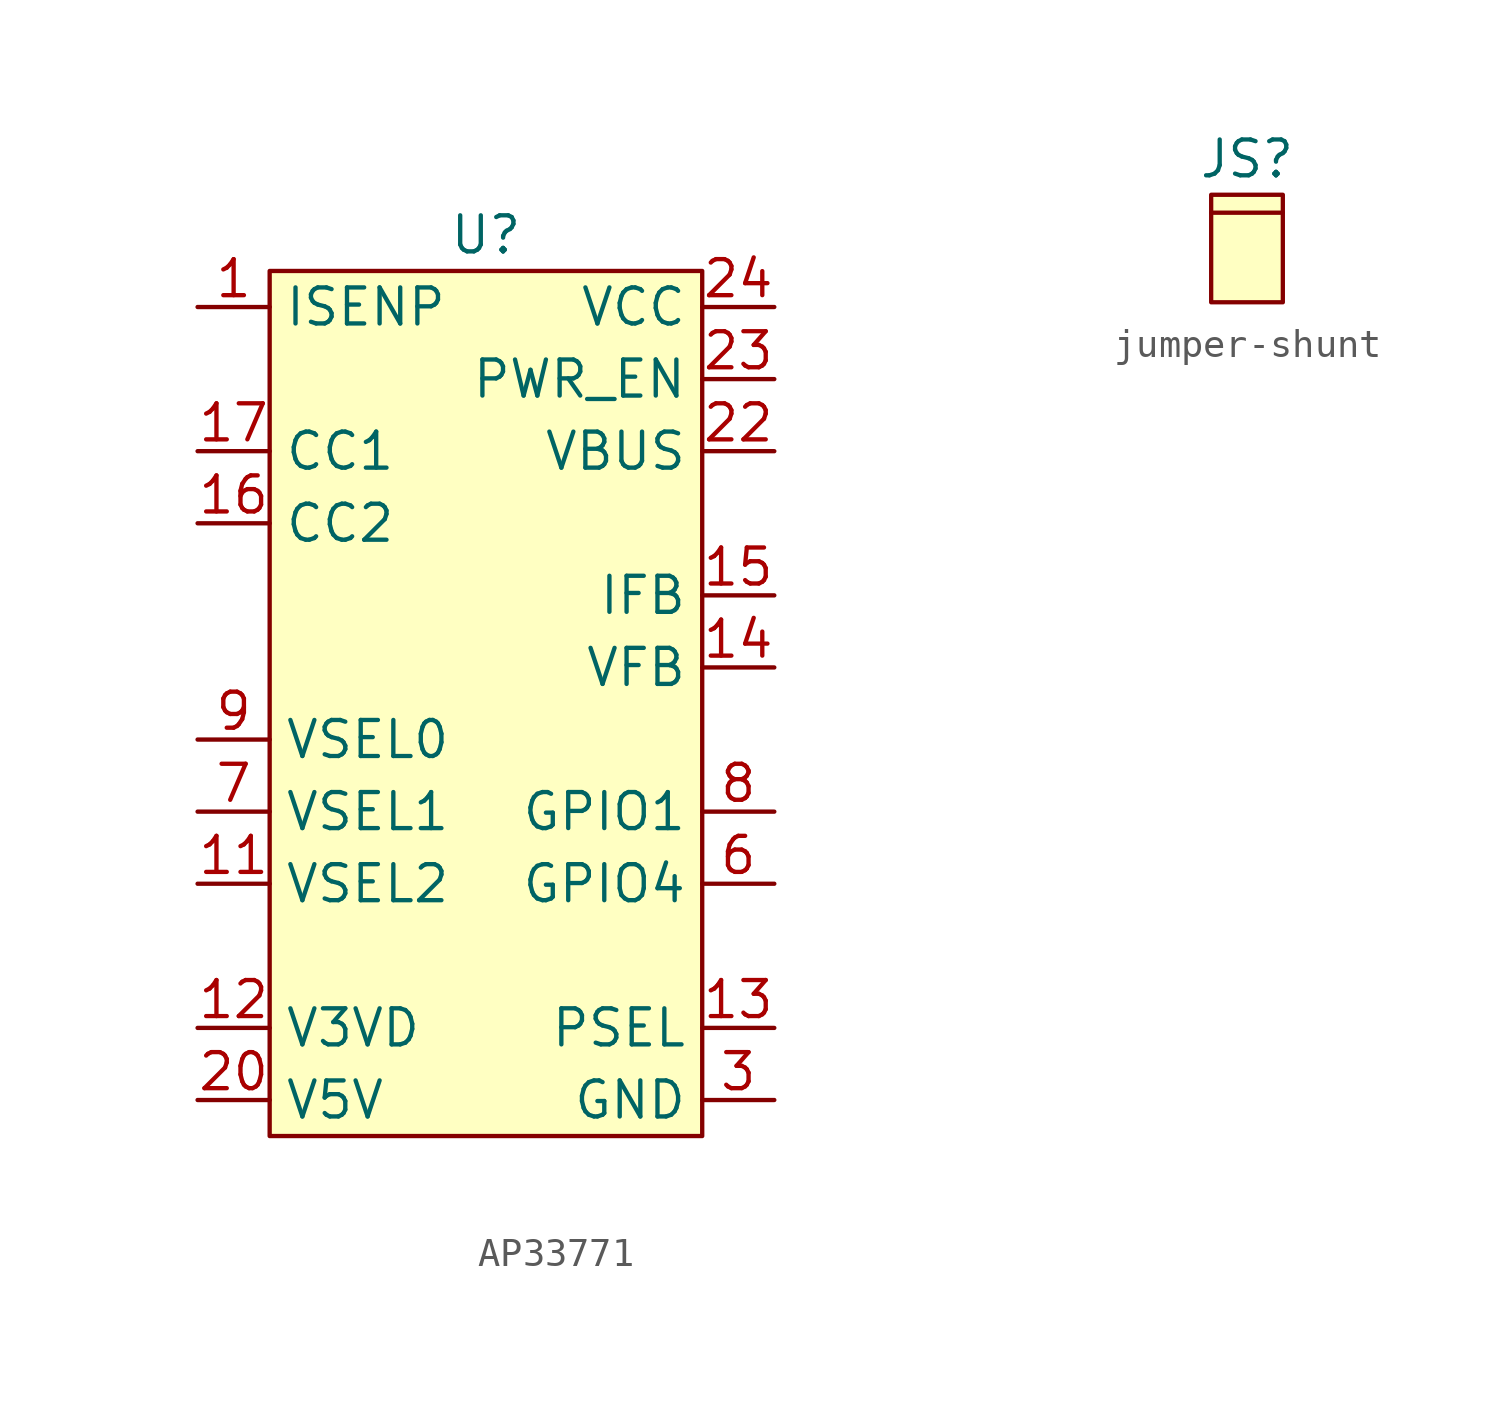
<source format=kicad_sym>
(kicad_symbol_lib
  (version 20220914)
  (generator kicad_symbol_editor)
  (symbol "AP33771"
    (property "Reference" "U"
      (at 0 15.24 0)
      (effects (font (size 1.27 1.27))))
    (property "Value" ""
      (at 15.24 11.43 0)
      (effects (font (size 1.27 1.27))))
    (symbol "AP33771_1_1"
      (rectangle (start -7.62 13.97) (end 7.62 -16.51) (stroke (width 0) (type default)) (fill (type background)))
      (pin input line (at -10.16 12.7 0) (length 2.54) (name "ISENP" (effects (font (size 1.27 1.27)))) (number "1" (effects (font (size 1.27 1.27)))))
      (pin input line (at -10.16 -7.62 0) (length 2.54) (name "VSEL2" (effects (font (size 1.27 1.27)))) (number "11" (effects (font (size 1.27 1.27)))))
      (pin input line (at -10.16 -12.7 0) (length 2.54) (name "V3VD" (effects (font (size 1.27 1.27)))) (number "12" (effects (font (size 1.27 1.27)))))
      (pin input line (at 10.16 -12.7 180) (length 2.54) (name "PSEL" (effects (font (size 1.27 1.27)))) (number "13" (effects (font (size 1.27 1.27)))))
      (pin input line (at 10.16 0 180) (length 2.54) (name "VFB" (effects (font (size 1.27 1.27)))) (number "14" (effects (font (size 1.27 1.27)))))
      (pin input line (at 10.16 2.54 180) (length 2.54) (name "IFB" (effects (font (size 1.27 1.27)))) (number "15" (effects (font (size 1.27 1.27)))))
      (pin input line (at -10.16 5.08 0) (length 2.54) (name "CC2" (effects (font (size 1.27 1.27)))) (number "16" (effects (font (size 1.27 1.27)))))
      (pin input line (at -10.16 7.62 0) (length 2.54) (name "CC1" (effects (font (size 1.27 1.27)))) (number "17" (effects (font (size 1.27 1.27)))))
      (pin input line (at -10.16 -15.24 0) (length 2.54) (name "V5V" (effects (font (size 1.27 1.27)))) (number "20" (effects (font (size 1.27 1.27)))))
      (pin input line (at 10.16 7.62 180) (length 2.54) (name "VBUS" (effects (font (size 1.27 1.27)))) (number "22" (effects (font (size 1.27 1.27)))))
      (pin input line (at 10.16 10.16 180) (length 2.54) (name "PWR_EN" (effects (font (size 1.27 1.27)))) (number "23" (effects (font (size 1.27 1.27)))))
      (pin input line (at 10.16 12.7 180) (length 2.54) (name "VCC" (effects (font (size 1.27 1.27)))) (number "24" (effects (font (size 1.27 1.27)))))
      (pin input line (at 10.16 -15.24 180) (length 2.54) (name "GND" (effects (font (size 1.27 1.27)))) (number "3" (effects (font (size 1.27 1.27)))))
      (pin input line (at 10.16 -7.62 180) (length 2.54) (name "GPIO4" (effects (font (size 1.27 1.27)))) (number "6" (effects (font (size 1.27 1.27)))))
      (pin input line (at -10.16 -5.08 0) (length 2.54) (name "VSEL1" (effects (font (size 1.27 1.27)))) (number "7" (effects (font (size 1.27 1.27)))))
      (pin input line (at 10.16 -5.08 180) (length 2.54) (name "GPIO1" (effects (font (size 1.27 1.27)))) (number "8" (effects (font (size 1.27 1.27)))))
      (pin input line (at -10.16 -2.54 0) (length 2.54) (name "VSEL0" (effects (font (size 1.27 1.27)))) (number "9" (effects (font (size 1.27 1.27)))))))
  (symbol "jumper-shunt"
    (property "Reference" "JS"
      (at 0 0 0)
      (effects (font (size 1.27 1.27))))
    (property "Value" ""
      (at 0 0 0)
      (effects (font (size 1.27 1.27))))
    (symbol "jumper-shunt_0_1"
      (polyline (pts (xy 1.27 -1.905) (xy -1.27 -1.905)) (stroke (width 0) (type default)) (fill (type none))))
    (symbol "jumper-shunt_1_1"
      (rectangle (start -1.27 -1.27) (end 1.27 -5.08) (stroke (width 0) (type default)) (fill (type background))))))
</source>
